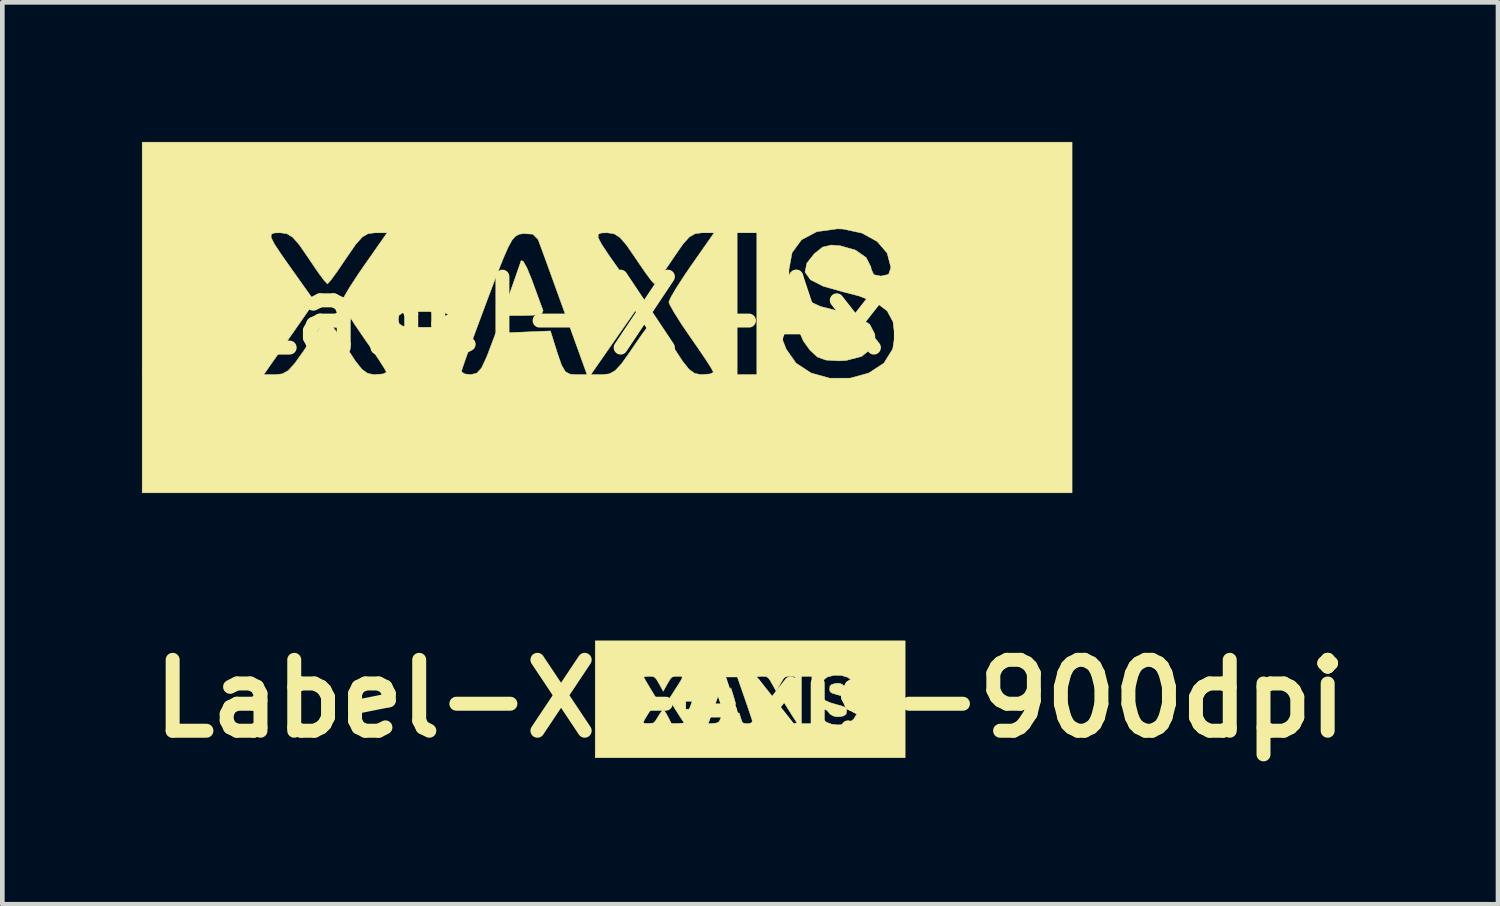
<source format=kicad_pcb>
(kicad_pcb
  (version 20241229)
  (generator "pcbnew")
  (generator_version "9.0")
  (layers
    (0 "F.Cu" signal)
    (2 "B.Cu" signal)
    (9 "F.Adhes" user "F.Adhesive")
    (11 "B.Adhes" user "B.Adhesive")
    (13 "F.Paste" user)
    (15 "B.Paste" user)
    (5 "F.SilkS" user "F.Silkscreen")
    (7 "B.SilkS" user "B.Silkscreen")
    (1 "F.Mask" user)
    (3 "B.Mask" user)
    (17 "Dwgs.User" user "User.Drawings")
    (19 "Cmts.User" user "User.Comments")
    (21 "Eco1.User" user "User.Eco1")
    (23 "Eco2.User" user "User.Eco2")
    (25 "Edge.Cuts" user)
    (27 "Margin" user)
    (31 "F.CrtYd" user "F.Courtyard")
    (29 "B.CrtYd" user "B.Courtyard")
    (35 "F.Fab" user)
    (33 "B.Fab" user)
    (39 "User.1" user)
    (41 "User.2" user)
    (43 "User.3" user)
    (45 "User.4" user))
  (footprint "Label-X-Axis-900dpi"
    (layer "F.Cu")
    (at 13.07 11.963)
    (property "Reference" "Label-X-Axis-900dpi" (at 0 0 0) (layer "F.SilkS") (effects (font (size 1.524 1.524) (thickness 0.3))))
    (attr through_hole)
    (fp_poly (pts (xy -0.363 -0.068) (xy -0.336 0.023) (xy -0.317 0.092) (xy -0.311 0.12) (xy -0.336 0.133) (xy -0.398 0.14) (xy -0.426 0.141) (xy -0.504 0.135) (xy -0.531 0.115) (xy -0.529 0.106) (xy -0.514 0.061) (xy -0.487 -0.018) (xy -0.466 -0.082) (xy -0.416 -0.235) (xy -0.363 -0.068)) (stroke (width 0.01) (type solid)) (fill yes) (layer "F.SilkS"))
    (fp_poly (pts (xy 3.33 1.27) (xy -3.33 1.27) (xy -3.33 0.539) (xy -0.902 0.539) (xy -0.785 0.531) (xy -0.708 0.52) (xy -0.666 0.492) (xy -0.638 0.433) (xy -0.635 0.423) (xy -0.615 0.37) (xy -0.589 0.34) (xy -0.543 0.325) (xy -0.462 0.318) (xy -0.419 0.316) (xy -0.235 0.308) (xy -0.201 0.422) (xy -0.176 0.494) (xy -0.144 0.527) (xy -0.086 0.536) (xy -0.055 0.536) (xy 0.015 0.531) (xy 0.043 0.521) (xy 0.135 0.521) (xy 0.157 0.534) (xy 0.201 0.536) (xy 0.237 0.536) (xy 0.307 0.534) (xy 0.353 0.519) (xy 0.391 0.48) (xy 0.437 0.406) (xy 0.452 0.381) (xy 0.501 0.303) (xy 0.543 0.253) (xy 0.567 0.242) (xy 0.594 0.274) (xy 0.634 0.341) (xy 0.664 0.397) (xy 0.735 0.536) (xy 0.879 0.536) (xy 0.963 0.533) (xy 0.999 0.522) (xy 0.995 0.501) (xy 0.995 0.501) (xy 0.968 0.462) (xy 0.92 0.389) (xy 0.859 0.292) (xy 0.825 0.238) (xy 0.683 0.01) (xy 0.808 -0.185) (xy 0.888 -0.309) (xy 0.939 -0.392) (xy 0.964 -0.443) (xy 0.964 -0.469) (xy 0.942 -0.479) (xy 0.91 -0.48) (xy 1.101 -0.48) (xy 1.101 0.536) (xy 1.326 0.536) (xy 1.326 0.276) (xy 1.468 0.276) (xy 1.492 0.356) (xy 1.558 0.44) (xy 1.647 0.51) (xy 1.749 0.548) (xy 1.877 0.564) (xy 2.007 0.556) (xy 2.111 0.525) (xy 2.223 0.442) (xy 2.287 0.337) (xy 2.299 0.218) (xy 2.275 0.131) (xy 2.244 0.077) (xy 2.196 0.033) (xy 2.121 -0.006) (xy 2.009 -0.046) (xy 1.851 -0.091) (xy 1.849 -0.091) (xy 1.765 -0.117) (xy 1.723 -0.142) (xy 1.709 -0.181) (xy 1.707 -0.213) (xy 1.715 -0.27) (xy 1.748 -0.302) (xy 1.811 -0.322) (xy 1.898 -0.334) (xy 1.966 -0.313) (xy 1.988 -0.3) (xy 2.039 -0.254) (xy 2.06 -0.211) (xy 2.08 -0.182) (xy 2.145 -0.17) (xy 2.171 -0.169) (xy 2.242 -0.172) (xy 2.269 -0.187) (xy 2.265 -0.228) (xy 2.257 -0.258) (xy 2.196 -0.378) (xy 2.096 -0.459) (xy 1.958 -0.5) (xy 1.798 -0.501) (xy 1.66 -0.466) (xy 1.563 -0.392) (xy 1.508 -0.281) (xy 1.496 -0.181) (xy 1.507 -0.087) (xy 1.544 -0.015) (xy 1.616 0.042) (xy 1.73 0.09) (xy 1.853 0.126) (xy 1.962 0.155) (xy 2.028 0.179) (xy 2.061 0.203) (xy 2.073 0.234) (xy 2.074 0.266) (xy 2.061 0.332) (xy 2.012 0.368) (xy 1.995 0.374) (xy 1.89 0.391) (xy 1.79 0.374) (xy 1.714 0.331) (xy 1.688 0.295) (xy 1.646 0.249) (xy 1.585 0.224) (xy 1.522 0.223) (xy 1.478 0.246) (xy 1.468 0.276) (xy 1.326 0.276) (xy 1.326 -0.48) (xy 1.101 -0.48) (xy 0.91 -0.48) (xy 0.897 -0.48) (xy 0.864 -0.48) (xy 0.796 -0.477) (xy 0.75 -0.463) (xy 0.712 -0.425) (xy 0.667 -0.352) (xy 0.649 -0.32) (xy 0.559 -0.16) (xy 0.47 -0.32) (xy 0.42 -0.406) (xy 0.382 -0.454) (xy 0.341 -0.475) (xy 0.282 -0.48) (xy 0.261 -0.48) (xy 0.188 -0.476) (xy 0.145 -0.468) (xy 0.141 -0.464) (xy 0.155 -0.434) (xy 0.192 -0.368) (xy 0.246 -0.277) (xy 0.285 -0.212) (xy 0.429 0.023) (xy 0.302 0.22) (xy 0.219 0.348) (xy 0.165 0.436) (xy 0.138 0.491) (xy 0.135 0.521) (xy 0.043 0.521) (xy 0.054 0.517) (xy 0.056 0.512) (xy 0.048 0.479) (xy 0.023 0.402) (xy -0.015 0.289) (xy -0.062 0.15) (xy -0.11 0.011) (xy -0.276 -0.466) (xy -0.545 -0.466) (xy -0.594 -0.325) (xy -0.622 -0.244) (xy -0.664 -0.125) (xy -0.715 0.016) (xy -0.767 0.164) (xy -0.772 0.178) (xy -0.902 0.539) (xy -3.33 0.539) (xy -3.33 0.521) (xy -2.292 0.521) (xy -2.27 0.534) (xy -2.226 0.536) (xy -2.19 0.536) (xy -2.12 0.534) (xy -2.074 0.519) (xy -2.036 0.48) (xy -1.99 0.406) (xy -1.975 0.381) (xy -1.926 0.303) (xy -1.884 0.253) (xy -1.86 0.242) (xy -1.833 0.274) (xy -1.793 0.341) (xy -1.763 0.397) (xy -1.692 0.536) (xy -1.548 0.536) (xy -1.464 0.533) (xy -1.428 0.522) (xy -1.432 0.501) (xy -1.432 0.501) (xy -1.459 0.462) (xy -1.507 0.389) (xy -1.568 0.292) (xy -1.602 0.238) (xy -1.715 0.056) (xy -1.383 0.056) (xy -1.383 0.226) (xy -0.988 0.226) (xy -0.988 0.056) (xy -1.383 0.056) (xy -1.715 0.056) (xy -1.744 0.01) (xy -1.619 -0.185) (xy -1.539 -0.309) (xy -1.488 -0.392) (xy -1.463 -0.443) (xy -1.463 -0.469) (xy -1.486 -0.479) (xy -1.53 -0.48) (xy -1.563 -0.48) (xy -1.631 -0.477) (xy -1.677 -0.463) (xy -1.715 -0.425) (xy -1.76 -0.352) (xy -1.778 -0.32) (xy -1.868 -0.16) (xy -1.957 -0.32) (xy -2.007 -0.406) (xy -2.045 -0.454) (xy -2.086 -0.475) (xy -2.145 -0.48) (xy -2.166 -0.48) (xy -2.239 -0.476) (xy -2.282 -0.468) (xy -2.286 -0.464) (xy -2.272 -0.434) (xy -2.235 -0.368) (xy -2.181 -0.277) (xy -2.142 -0.212) (xy -1.998 0.023) (xy -2.125 0.22) (xy -2.208 0.348) (xy -2.262 0.436) (xy -2.29 0.491) (xy -2.292 0.521) (xy -3.33 0.521) (xy -3.33 -1.242) (xy 3.33 -1.242) (xy 3.33 1.27)) (stroke (width 0.01) (type solid)) (fill yes) (layer "F.SilkS")))
  (footprint "Label-X-Axis"
    (layer "F.Cu")
    (at 9.996 3.73)
    (property "Reference" "Label-X-Axis" (at 0 0 0) (layer "F.SilkS") (effects (font (size 1.524 1.524) (thickness 0.3))))
    (attr through_hole)
    (fp_poly (pts (xy -1.805 -1.167) (xy -1.724 -1.025) (xy -1.624 -0.782) (xy -1.614 -0.755) (xy -1.508 -0.464) (xy -1.422 -0.23) (xy -1.376 -0.106) (xy -1.405 -0.041) (xy -1.565 -0.008) (xy -1.801 0) (xy -2.265 0) (xy -2.075 -0.529) (xy -1.972 -0.82) (xy -1.89 -1.056) (xy -1.848 -1.178) (xy -1.805 -1.167)) (stroke (width 0.01) (type solid)) (fill yes) (layer "F.SilkS"))
    (fp_poly (pts (xy 9.991 3.81) (xy -9.991 3.81) (xy -9.991 1.27) (xy -7.379 1.27) (xy -7.119 1.27) (xy -6.978 1.253) (xy -6.854 1.184) (xy -6.716 1.034) (xy -6.531 0.775) (xy -6.465 0.677) (xy -6.28 0.408) (xy -6.128 0.203) (xy -6.035 0.096) (xy -6.02 0.088) (xy -5.955 0.157) (xy -5.826 0.336) (xy -5.659 0.591) (xy -5.602 0.681) (xy -5.41 0.978) (xy -5.268 1.156) (xy -5.146 1.243) (xy -5.015 1.27) (xy -4.988 1.27) (xy -4.813 1.255) (xy -4.741 1.219) (xy -4.748 1.206) (xy -3.132 1.206) (xy -3.06 1.255) (xy -2.932 1.27) (xy -2.802 1.24) (xy -2.698 1.127) (xy -2.59 0.894) (xy -2.563 0.826) (xy -2.395 0.381) (xy -1.807 0.356) (xy -1.218 0.332) (xy -1.071 0.801) (xy -0.979 1.067) (xy -0.897 1.207) (xy -0.792 1.262) (xy -0.677 1.27) (xy -0.431 1.27) (xy -0.351 1.27) (xy -0.092 1.27) (xy 0.049 1.253) (xy 0.173 1.184) (xy 0.312 1.034) (xy 0.496 0.775) (xy 0.562 0.677) (xy 0.747 0.408) (xy 0.899 0.203) (xy 0.993 0.096) (xy 1.007 0.088) (xy 1.072 0.157) (xy 1.201 0.336) (xy 1.369 0.591) (xy 1.425 0.681) (xy 1.618 0.978) (xy 1.76 1.156) (xy 1.881 1.243) (xy 2.012 1.27) (xy 2.039 1.27) (xy 2.214 1.255) (xy 2.286 1.219) (xy 2.24 1.133) (xy 2.117 0.941) (xy 1.937 0.676) (xy 1.806 0.488) (xy 1.601 0.188) (xy 1.44 -0.066) (xy 1.344 -0.24) (xy 1.326 -0.291) (xy 1.373 -0.398) (xy 1.497 -0.608) (xy 1.678 -0.886) (xy 1.813 -1.083) (xy 2.3 -1.778) (xy 2.794 -1.778) (xy 2.794 1.27) (xy 3.217 1.27) (xy 3.217 0.356) (xy 3.735 0.356) (xy 3.774 0.533) (xy 3.847 0.721) (xy 4.06 1.024) (xy 4.384 1.236) (xy 4.784 1.347) (xy 5.221 1.346) (xy 5.622 1.237) (xy 5.948 1.023) (xy 6.137 0.719) (xy 6.181 0.441) (xy 6.144 0.135) (xy 6.018 -0.098) (xy 5.783 -0.277) (xy 5.414 -0.42) (xy 5.08 -0.506) (xy 4.642 -0.63) (xy 4.368 -0.77) (xy 4.253 -0.933) (xy 4.292 -1.125) (xy 4.451 -1.326) (xy 4.63 -1.47) (xy 4.819 -1.514) (xy 5.008 -1.499) (xy 5.334 -1.407) (xy 5.566 -1.246) (xy 5.67 -1.041) (xy 5.673 -1.003) (xy 5.73 -0.878) (xy 5.884 -0.847) (xy 6.047 -0.883) (xy 6.096 -1.02) (xy 6.096 -1.039) (xy 6.018 -1.341) (xy 5.802 -1.592) (xy 5.477 -1.771) (xy 5.074 -1.858) (xy 4.949 -1.863) (xy 4.507 -1.802) (xy 4.178 -1.628) (xy 3.974 -1.351) (xy 3.906 -0.98) (xy 3.91 -0.886) (xy 3.998 -0.594) (xy 4.215 -0.368) (xy 4.576 -0.197) (xy 4.961 -0.098) (xy 5.38 0.023) (xy 5.641 0.187) (xy 5.752 0.4) (xy 5.757 0.466) (xy 5.681 0.709) (xy 5.467 0.88) (xy 5.134 0.966) (xy 4.979 0.974) (xy 4.701 0.957) (xy 4.519 0.891) (xy 4.363 0.747) (xy 4.353 0.736) (xy 4.217 0.547) (xy 4.15 0.393) (xy 4.149 0.376) (xy 4.075 0.279) (xy 3.937 0.254) (xy 3.788 0.274) (xy 3.735 0.356) (xy 3.217 0.356) (xy 3.217 -1.778) (xy 2.794 -1.778) (xy 2.3 -1.778) (xy 2.04 -1.778) (xy 1.894 -1.76) (xy 1.767 -1.688) (xy 1.626 -1.53) (xy 1.437 -1.257) (xy 1.419 -1.229) (xy 1.243 -0.97) (xy 1.103 -0.777) (xy 1.023 -0.684) (xy 1.016 -0.681) (xy 0.953 -0.746) (xy 0.824 -0.92) (xy 0.654 -1.168) (xy 0.613 -1.229) (xy 0.418 -1.513) (xy 0.274 -1.679) (xy 0.147 -1.758) (xy 0.004 -1.778) (xy -0.004 -1.778) (xy -0.125 -1.774) (xy -0.191 -1.747) (xy -0.193 -1.675) (xy -0.122 -1.536) (xy 0.029 -1.308) (xy 0.268 -0.968) (xy 0.323 -0.891) (xy 0.743 -0.3) (xy 0.196 0.485) (xy -0.351 1.27) (xy -0.431 1.27) (xy -0.546 0.953) (xy -0.618 0.752) (xy -0.733 0.434) (xy -0.874 0.041) (xy -1.028 -0.384) (xy -1.042 -0.423) (xy -1.189 -0.83) (xy -1.319 -1.189) (xy -1.42 -1.465) (xy -1.479 -1.622) (xy -1.484 -1.634) (xy -1.596 -1.748) (xy -1.798 -1.761) (xy -1.889 -1.746) (xy -1.967 -1.706) (xy -2.043 -1.62) (xy -2.128 -1.465) (xy -2.235 -1.22) (xy -2.376 -0.863) (xy -2.562 -0.372) (xy -2.59 -0.296) (xy -2.763 0.167) (xy -2.913 0.575) (xy -3.031 0.902) (xy -3.107 1.122) (xy -3.132 1.206) (xy -4.748 1.206) (xy -4.787 1.133) (xy -4.91 0.941) (xy -5.09 0.676) (xy -5.221 0.488) (xy -5.426 0.188) (xy -5.491 0.085) (xy -4.487 0.085) (xy -4.47 0.176) (xy -4.394 0.227) (xy -4.221 0.249) (xy -3.937 0.254) (xy -3.639 0.249) (xy -3.473 0.225) (xy -3.401 0.172) (xy -3.387 0.085) (xy -3.404 -0.007) (xy -3.48 -0.058) (xy -3.653 -0.08) (xy -3.937 -0.085) (xy -4.235 -0.079) (xy -4.401 -0.056) (xy -4.473 -0.003) (xy -4.487 0.085) (xy -5.491 0.085) (xy -5.587 -0.066) (xy -5.683 -0.24) (xy -5.701 -0.291) (xy -5.655 -0.398) (xy -5.531 -0.608) (xy -5.35 -0.886) (xy -5.214 -1.083) (xy -4.727 -1.778) (xy -4.988 -1.778) (xy -5.134 -1.76) (xy -5.26 -1.688) (xy -5.401 -1.53) (xy -5.59 -1.257) (xy -5.609 -1.229) (xy -5.784 -0.97) (xy -5.924 -0.777) (xy -6.004 -0.684) (xy -6.011 -0.681) (xy -6.074 -0.746) (xy -6.204 -0.92) (xy -6.373 -1.168) (xy -6.414 -1.229) (xy -6.609 -1.513) (xy -6.753 -1.679) (xy -6.88 -1.758) (xy -7.023 -1.778) (xy -7.031 -1.778) (xy -7.153 -1.774) (xy -7.218 -1.747) (xy -7.22 -1.675) (xy -7.15 -1.536) (xy -6.999 -1.308) (xy -6.759 -0.968) (xy -6.704 -0.891) (xy -6.284 -0.3) (xy -6.831 0.485) (xy -7.379 1.27) (xy -9.991 1.27) (xy -9.991 -3.725) (xy 9.991 -3.725) (xy 9.991 3.81)) (stroke (width 0.01) (type solid)) (fill yes) (layer "F.SilkS")))
  (gr_rect
    (start -3 -3)
    (end 29.14 16.381)
    (stroke (width 0.1) (type default))
    (fill no)
    (layer "Edge.Cuts")))
</source>
